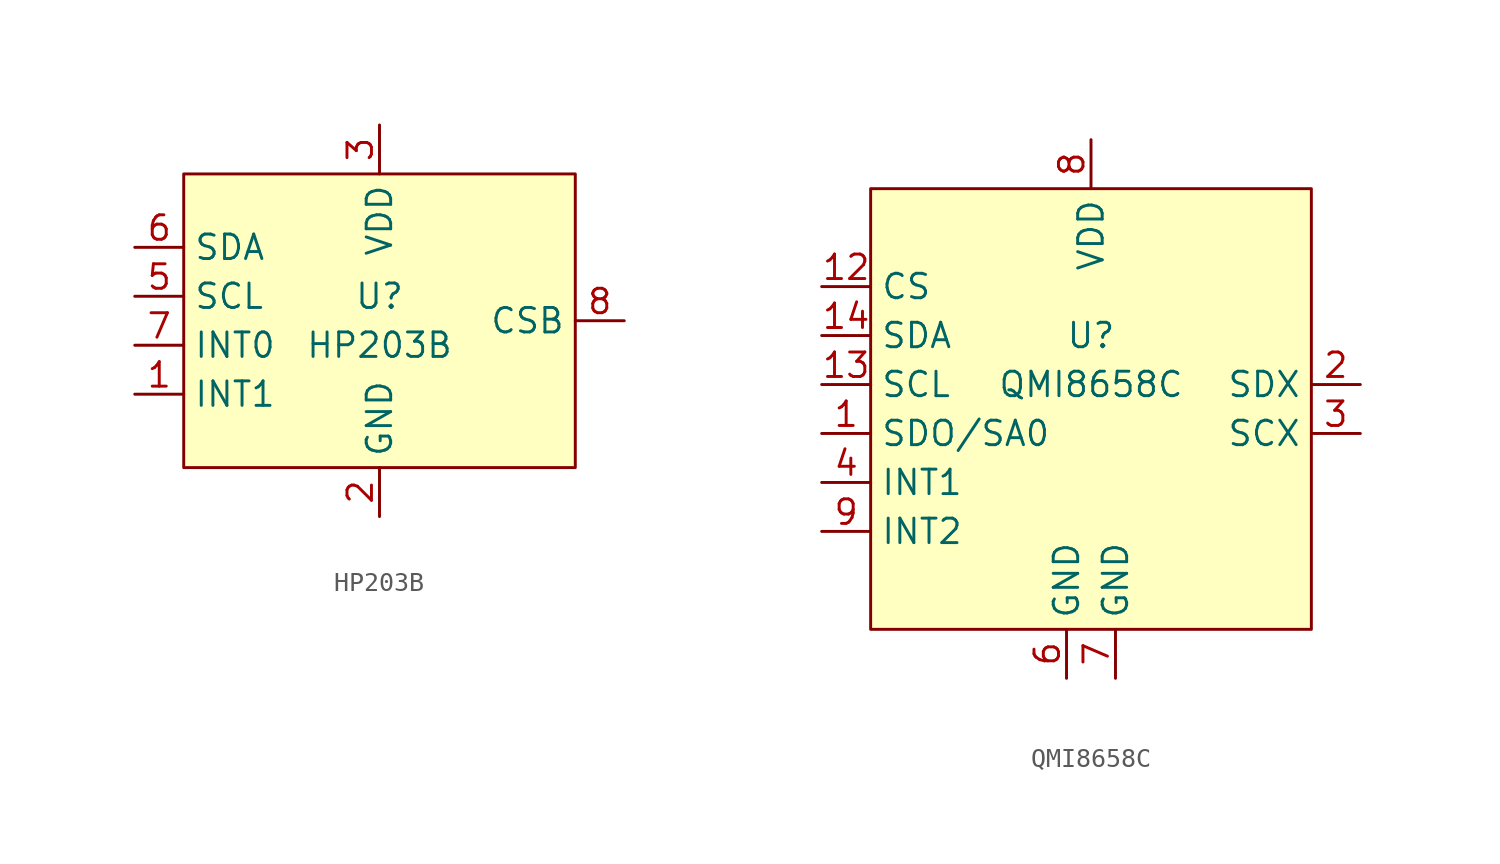
<source format=kicad_sym>
(kicad_symbol_lib
  (version 20211014)
  (generator kicad_symbol_editor)
  (symbol "HP203B"
    (property "Reference" "U"
      (at 0 1.27 0)
      (effects (font (size 1.27 1.27))))
    (property "Value" "HP203B"
      (at 0 -1.27 0)
      (effects (font (size 1.27 1.27))))
    (symbol "HP203B_0_1"
      (rectangle (start -10.16 7.62) (end 10.16 -7.62) (stroke (width 0) (type default) (color 0 0 0 0)) (fill (type background))))
    (symbol "HP203B_1_1"
      (pin output line (at -12.7 -3.81 0) (length 2.54) (name "INT1" (effects (font (size 1.27 1.27)))) (number "1" (effects (font (size 1.27 1.27)))))
      (pin power_out line (at 0 -10.16 90) (length 2.54) (name "GND" (effects (font (size 1.27 1.27)))) (number "2" (effects (font (size 1.27 1.27)))))
      (pin power_in line (at 0 10.16 270) (length 2.54) (name "VDD" (effects (font (size 1.27 1.27)))) (number "3" (effects (font (size 1.27 1.27)))))
      (pin input line (at -12.7 1.27 0) (length 2.54) (name "SCL" (effects (font (size 1.27 1.27)))) (number "5" (effects (font (size 1.27 1.27)))))
      (pin bidirectional line (at -12.7 3.81 0) (length 2.54) (name "SDA" (effects (font (size 1.27 1.27)))) (number "6" (effects (font (size 1.27 1.27)))))
      (pin output line (at -12.7 -1.27 0) (length 2.54) (name "INT0" (effects (font (size 1.27 1.27)))) (number "7" (effects (font (size 1.27 1.27)))))
      (pin input line (at 12.7 0 180) (length 2.54) (name "CSB" (effects (font (size 1.27 1.27)))) (number "8" (effects (font (size 1.27 1.27)))))))
  (symbol "QMI8658C"
    (property "Reference" "U"
      (at 0 3.81 0)
      (effects (font (size 1.27 1.27))))
    (property "Value" "QMI8658C"
      (at 0 1.27 0)
      (effects (font (size 1.27 1.27))))
    (symbol "QMI8658C_0_1"
      (rectangle (start -11.43 11.43) (end 11.43 -11.43) (stroke (width 0) (type default) (color 0 0 0 0)) (fill (type background))))
    (symbol "QMI8658C_1_1"
      (pin bidirectional line (at -13.97 -1.27 0) (length 2.54) (name "SDO/SA0" (effects (font (size 1.27 1.27)))) (number "1" (effects (font (size 1.27 1.27)))))
      (pin input line (at -13.97 6.35 0) (length 2.54) (name "CS" (effects (font (size 1.27 1.27)))) (number "12" (effects (font (size 1.27 1.27)))))
      (pin bidirectional line (at -13.97 1.27 0) (length 2.54) (name "SCL" (effects (font (size 1.27 1.27)))) (number "13" (effects (font (size 1.27 1.27)))))
      (pin bidirectional line (at -13.97 3.81 0) (length 2.54) (name "SDA" (effects (font (size 1.27 1.27)))) (number "14" (effects (font (size 1.27 1.27)))))
      (pin bidirectional line (at 13.97 1.27 180) (length 2.54) (name "SDX" (effects (font (size 1.27 1.27)))) (number "2" (effects (font (size 1.27 1.27)))))
      (pin bidirectional line (at 13.97 -1.27 180) (length 2.54) (name "SCX" (effects (font (size 1.27 1.27)))) (number "3" (effects (font (size 1.27 1.27)))))
      (pin output line (at -13.97 -3.81 0) (length 2.54) (name "INT1" (effects (font (size 1.27 1.27)))) (number "4" (effects (font (size 1.27 1.27)))))
      (pin power_out line (at -1.27 -13.97 90) (length 2.54) (name "GND" (effects (font (size 1.27 1.27)))) (number "6" (effects (font (size 1.27 1.27)))))
      (pin power_out line (at 1.27 -13.97 90) (length 2.54) (name "GND" (effects (font (size 1.27 1.27)))) (number "7" (effects (font (size 1.27 1.27)))))
      (pin power_in line (at 0 13.97 270) (length 2.54) (name "VDD" (effects (font (size 1.27 1.27)))) (number "8" (effects (font (size 1.27 1.27)))))
      (pin output line (at -13.97 -6.35 0) (length 2.54) (name "INT2" (effects (font (size 1.27 1.27)))) (number "9" (effects (font (size 1.27 1.27))))))))
</source>
